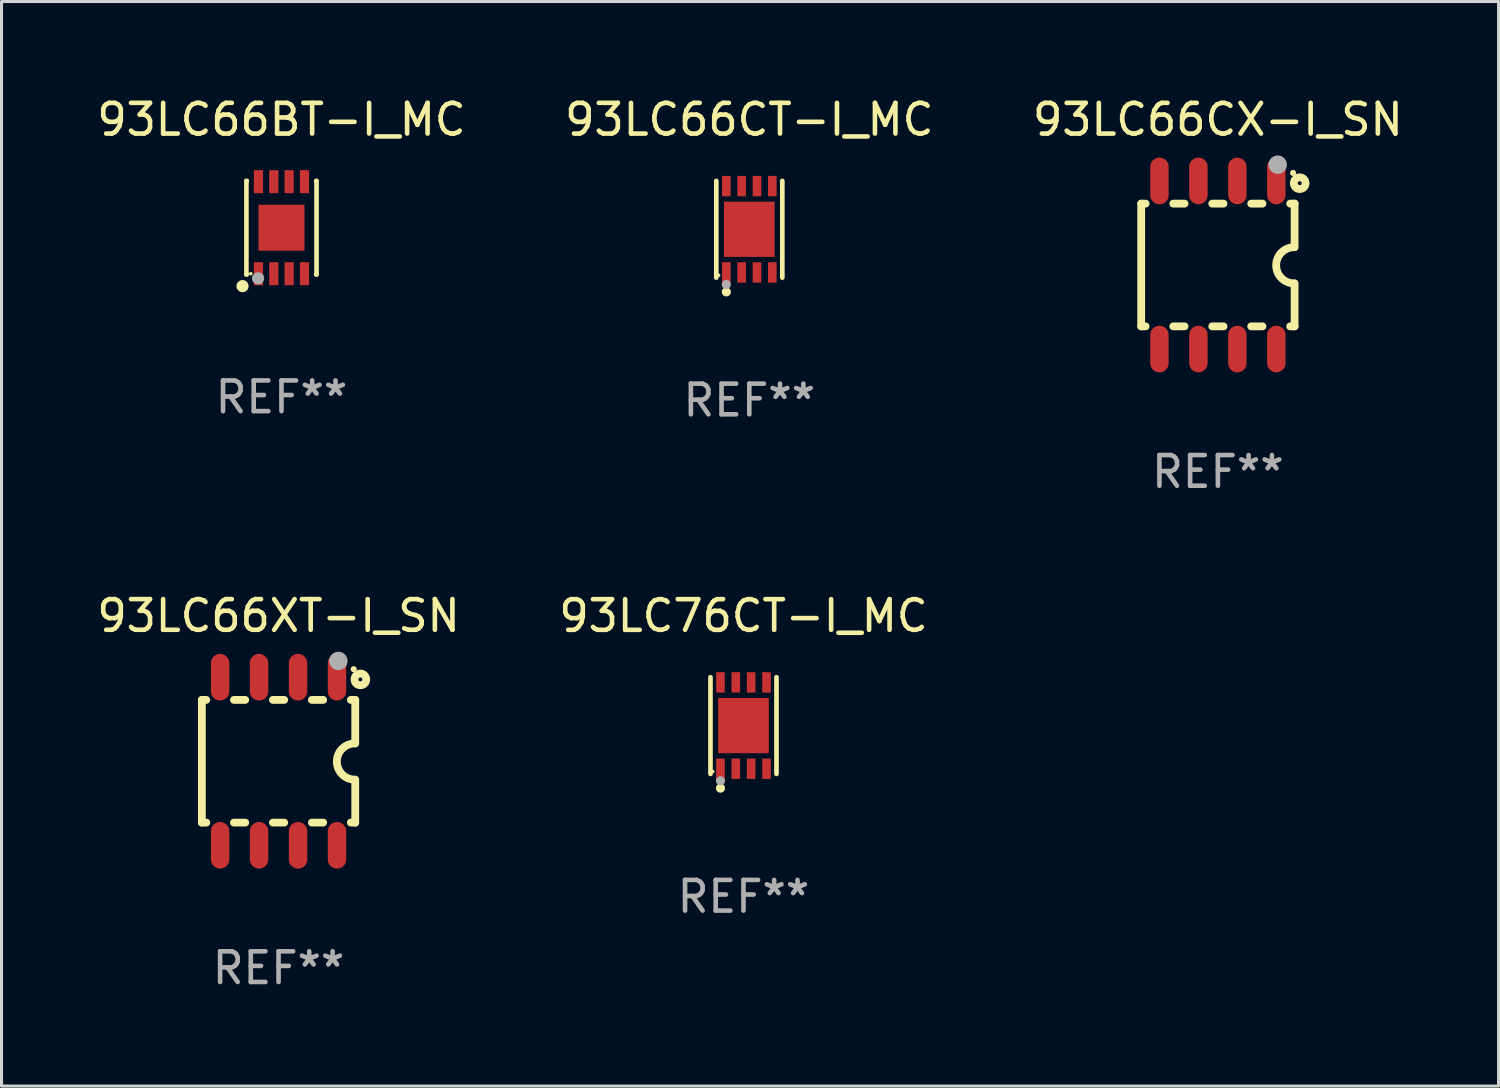
<source format=kicad_pcb>
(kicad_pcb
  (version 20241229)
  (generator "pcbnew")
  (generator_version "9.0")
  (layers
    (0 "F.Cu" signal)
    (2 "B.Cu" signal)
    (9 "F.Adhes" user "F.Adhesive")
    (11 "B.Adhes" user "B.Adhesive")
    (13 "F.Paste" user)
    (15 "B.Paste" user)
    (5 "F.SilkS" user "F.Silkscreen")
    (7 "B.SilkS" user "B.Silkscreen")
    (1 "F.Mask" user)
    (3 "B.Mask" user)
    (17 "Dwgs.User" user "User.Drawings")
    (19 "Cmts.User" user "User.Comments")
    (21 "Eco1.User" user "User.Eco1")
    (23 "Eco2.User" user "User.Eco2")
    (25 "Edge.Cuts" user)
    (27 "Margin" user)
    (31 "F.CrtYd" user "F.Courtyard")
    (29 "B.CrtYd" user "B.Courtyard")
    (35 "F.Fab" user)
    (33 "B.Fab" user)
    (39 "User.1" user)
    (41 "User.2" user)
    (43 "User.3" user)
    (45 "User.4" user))
  (footprint "93LC66XT-I_SN"
    (layer "F.Cu")
    (at 6.03 21.764)
    (property "Reference" "93LC66XT-I_SN" (at 0 -4.74 0) (layer "F.SilkS") (effects (font (size 1 1) (thickness 0.15))))
    (attr through_hole)
    (fp_line (start -2.5 2) (end -2.5 -2) (stroke (width 0.254) (type solid)) (layer "F.SilkS"))
    (fp_line (start -2.356 -2) (end -2.5 -2) (stroke (width 0.254) (type solid)) (layer "F.SilkS"))
    (fp_line (start -2.356 2) (end -2.5 2) (stroke (width 0.254) (type solid)) (layer "F.SilkS"))
    (fp_line (start -1.086 -2) (end -1.454 -2) (stroke (width 0.254) (type solid)) (layer "F.SilkS"))
    (fp_line (start -1.086 2) (end -1.454 2) (stroke (width 0.254) (type solid)) (layer "F.SilkS"))
    (fp_line (start 0.184 -2) (end -0.184 -2) (stroke (width 0.254) (type solid)) (layer "F.SilkS"))
    (fp_line (start 0.184 2) (end -0.184 2) (stroke (width 0.254) (type solid)) (layer "F.SilkS"))
    (fp_line (start 1.454 -2) (end 1.086 -2) (stroke (width 0.254) (type solid)) (layer "F.SilkS"))
    (fp_line (start 1.454 2) (end 1.086 2) (stroke (width 0.254) (type solid)) (layer "F.SilkS"))
    (fp_line (start 2.5 -2) (end 2.356 -2) (stroke (width 0.254) (type solid)) (layer "F.SilkS"))
    (fp_line (start 2.5 -0.58) (end 2.5 -2) (stroke (width 0.254) (type solid)) (layer "F.SilkS"))
    (fp_line (start 2.5 2) (end 2.356 2) (stroke (width 0.254) (type solid)) (layer "F.SilkS"))
    (fp_line (start 2.5 2) (end 2.5 0.6) (stroke (width 0.254) (type solid)) (layer "F.SilkS"))
    (fp_arc (start 2.489992 0.600051) (mid 1.901674 0.010046) (end 2.489992 -0.579959) (stroke (width 0.254001) (type solid)) (layer "F.SilkS"))
    (fp_circle (center 2.45 -3) (end 2.5 -3) (stroke (width 0.1) (type solid)) (fill no) (layer "F.SilkS"))
    (fp_circle (center 2.667 -2.667) (end 2.858 -2.667) (stroke (width 0.254) (type solid)) (fill no) (layer "F.SilkS"))
    (fp_circle (center 1.95 -3.27) (end 2.1 -3.27) (stroke (width 0.3) (type solid)) (fill no) (layer "F.Fab"))
    (fp_text user "REF**" (at 0 6.74 0) (layer "F.Fab") (effects (font (size 1 1) (thickness 0.15))))
    (pad "1" smd oval (at 1.905 -2.74) (size 0.6 1.52) (layers "F.Cu" "F.Mask" "F.Paste"))
    (pad "2" smd oval (at 0.635 -2.74) (size 0.6 1.52) (layers "F.Cu" "F.Mask" "F.Paste"))
    (pad "3" smd oval (at -0.635 -2.74) (size 0.6 1.52) (layers "F.Cu" "F.Mask" "F.Paste"))
    (pad "4" smd oval (at -1.905 -2.74) (size 0.6 1.52) (layers "F.Cu" "F.Mask" "F.Paste"))
    (pad "5" smd oval (at -1.905 2.74) (size 0.6 1.52) (layers "F.Cu" "F.Mask" "F.Paste"))
    (pad "6" smd oval (at -0.635 2.74) (size 0.6 1.52) (layers "F.Cu" "F.Mask" "F.Paste"))
    (pad "7" smd oval (at 0.635 2.74) (size 0.6 1.52) (layers "F.Cu" "F.Mask" "F.Paste"))
    (pad "8" smd oval (at 1.905 2.74) (size 0.6 1.52) (layers "F.Cu" "F.Mask" "F.Paste")))
  (footprint "93LC66CX-I_SN"
    (layer "F.Cu")
    (at 36.649 5.588)
    (property "Reference" "93LC66CX-I_SN" (at 0 -4.74 0) (layer "F.SilkS") (effects (font (size 1 1) (thickness 0.15))))
    (attr through_hole)
    (fp_line (start -2.5 2) (end -2.5 -2) (stroke (width 0.254) (type solid)) (layer "F.SilkS"))
    (fp_line (start -2.356 -2) (end -2.5 -2) (stroke (width 0.254) (type solid)) (layer "F.SilkS"))
    (fp_line (start -2.356 2) (end -2.5 2) (stroke (width 0.254) (type solid)) (layer "F.SilkS"))
    (fp_line (start -1.086 -2) (end -1.454 -2) (stroke (width 0.254) (type solid)) (layer "F.SilkS"))
    (fp_line (start -1.086 2) (end -1.454 2) (stroke (width 0.254) (type solid)) (layer "F.SilkS"))
    (fp_line (start 0.184 -2) (end -0.184 -2) (stroke (width 0.254) (type solid)) (layer "F.SilkS"))
    (fp_line (start 0.184 2) (end -0.184 2) (stroke (width 0.254) (type solid)) (layer "F.SilkS"))
    (fp_line (start 1.454 -2) (end 1.086 -2) (stroke (width 0.254) (type solid)) (layer "F.SilkS"))
    (fp_line (start 1.454 2) (end 1.086 2) (stroke (width 0.254) (type solid)) (layer "F.SilkS"))
    (fp_line (start 2.5 -2) (end 2.356 -2) (stroke (width 0.254) (type solid)) (layer "F.SilkS"))
    (fp_line (start 2.5 -0.58) (end 2.5 -2) (stroke (width 0.254) (type solid)) (layer "F.SilkS"))
    (fp_line (start 2.5 2) (end 2.356 2) (stroke (width 0.254) (type solid)) (layer "F.SilkS"))
    (fp_line (start 2.5 2) (end 2.5 0.6) (stroke (width 0.254) (type solid)) (layer "F.SilkS"))
    (fp_arc (start 2.489992 0.600051) (mid 1.901674 0.010046) (end 2.489992 -0.579959) (stroke (width 0.254001) (type solid)) (layer "F.SilkS"))
    (fp_circle (center 2.45 -3) (end 2.5 -3) (stroke (width 0.1) (type solid)) (fill no) (layer "F.SilkS"))
    (fp_circle (center 2.667 -2.667) (end 2.858 -2.667) (stroke (width 0.254) (type solid)) (fill no) (layer "F.SilkS"))
    (fp_circle (center 1.95 -3.27) (end 2.1 -3.27) (stroke (width 0.3) (type solid)) (fill no) (layer "F.Fab"))
    (fp_text user "REF**" (at 0 6.74 0) (layer "F.Fab") (effects (font (size 1 1) (thickness 0.15))))
    (pad "1" smd oval (at 1.905 -2.74) (size 0.6 1.52) (layers "F.Cu" "F.Mask" "F.Paste"))
    (pad "2" smd oval (at 0.635 -2.74) (size 0.6 1.52) (layers "F.Cu" "F.Mask" "F.Paste"))
    (pad "3" smd oval (at -0.635 -2.74) (size 0.6 1.52) (layers "F.Cu" "F.Mask" "F.Paste"))
    (pad "4" smd oval (at -1.905 -2.74) (size 0.6 1.52) (layers "F.Cu" "F.Mask" "F.Paste"))
    (pad "5" smd oval (at -1.905 2.74) (size 0.6 1.52) (layers "F.Cu" "F.Mask" "F.Paste"))
    (pad "6" smd oval (at -0.635 2.74) (size 0.6 1.52) (layers "F.Cu" "F.Mask" "F.Paste"))
    (pad "7" smd oval (at 0.635 2.74) (size 0.6 1.52) (layers "F.Cu" "F.Mask" "F.Paste"))
    (pad "8" smd oval (at 1.905 2.74) (size 0.6 1.52) (layers "F.Cu" "F.Mask" "F.Paste")))
  (footprint "93LC66CT-I_MC"
    (layer "F.Cu")
    (at 21.375 4.424)
    (property "Reference" "93LC66CT-I_MC" (at 0 -3.576 0) (layer "F.SilkS") (effects (font (size 1 1) (thickness 0.15))))
    (attr through_hole)
    (fp_line (start -1.076 1.576) (end -1.076 -1.576) (stroke (width 0.152) (type solid)) (layer "F.SilkS"))
    (fp_line (start 1.076 1.576) (end 1.076 -1.576) (stroke (width 0.152) (type solid)) (layer "F.SilkS"))
    (fp_circle (center -1 1.5) (end -0.97 1.5) (stroke (width 0.06) (type solid)) (fill no) (layer "F.SilkS"))
    (fp_circle (center -0.75 2.04) (end -0.675 2.04) (stroke (width 0.15) (type solid)) (fill no) (layer "F.SilkS"))
    (fp_circle (center -0.75 1.8) (end -0.675 1.8) (stroke (width 0.15) (type solid)) (fill no) (layer "F.Fab"))
    (fp_text user "REF**" (at 0 5.576 0) (layer "F.Fab") (effects (font (size 1 1) (thickness 0.15))))
    (pad "1" smd rect (at -0.75 1.407) (size 0.28 0.665) (layers "F.Cu" "F.Mask" "F.Paste"))
    (pad "2" smd rect (at -0.25 1.407) (size 0.28 0.665) (layers "F.Cu" "F.Mask" "F.Paste"))
    (pad "3" smd rect (at 0.25 1.407) (size 0.28 0.665) (layers "F.Cu" "F.Mask" "F.Paste"))
    (pad "4" smd rect (at 0.75 1.407) (size 0.28 0.665) (layers "F.Cu" "F.Mask" "F.Paste"))
    (pad "5" smd rect (at 0.75 -1.407) (size 0.28 0.665) (layers "F.Cu" "F.Mask" "F.Paste"))
    (pad "6" smd rect (at 0.25 -1.407) (size 0.28 0.665) (layers "F.Cu" "F.Mask" "F.Paste"))
    (pad "7" smd rect (at -0.25 -1.407) (size 0.28 0.665) (layers "F.Cu" "F.Mask" "F.Paste"))
    (pad "8" smd rect (at -0.75 -1.407) (size 0.28 0.665) (layers "F.Cu" "F.Mask" "F.Paste"))
    (pad "9" smd rect (at 0 0) (size 1.65 1.8) (layers "F.Cu" "F.Mask" "F.Paste")))
  (footprint "93LC76CT-I_MC"
    (layer "F.Cu")
    (at 21.185 20.601)
    (property "Reference" "93LC76CT-I_MC" (at 0 -3.576 0) (layer "F.SilkS") (effects (font (size 1 1) (thickness 0.15))))
    (attr through_hole)
    (fp_line (start -1.076 1.576) (end -1.076 -1.576) (stroke (width 0.152) (type solid)) (layer "F.SilkS"))
    (fp_line (start 1.076 1.576) (end 1.076 -1.576) (stroke (width 0.152) (type solid)) (layer "F.SilkS"))
    (fp_circle (center -1 1.5) (end -0.97 1.5) (stroke (width 0.06) (type solid)) (fill no) (layer "F.SilkS"))
    (fp_circle (center -0.75 2.04) (end -0.675 2.04) (stroke (width 0.15) (type solid)) (fill no) (layer "F.SilkS"))
    (fp_circle (center -0.75 1.8) (end -0.675 1.8) (stroke (width 0.15) (type solid)) (fill no) (layer "F.Fab"))
    (fp_text user "REF**" (at 0 5.576 0) (layer "F.Fab") (effects (font (size 1 1) (thickness 0.15))))
    (pad "1" smd rect (at -0.75 1.407) (size 0.28 0.665) (layers "F.Cu" "F.Mask" "F.Paste"))
    (pad "2" smd rect (at -0.25 1.407) (size 0.28 0.665) (layers "F.Cu" "F.Mask" "F.Paste"))
    (pad "3" smd rect (at 0.25 1.407) (size 0.28 0.665) (layers "F.Cu" "F.Mask" "F.Paste"))
    (pad "4" smd rect (at 0.75 1.407) (size 0.28 0.665) (layers "F.Cu" "F.Mask" "F.Paste"))
    (pad "5" smd rect (at 0.75 -1.407) (size 0.28 0.665) (layers "F.Cu" "F.Mask" "F.Paste"))
    (pad "6" smd rect (at 0.25 -1.407) (size 0.28 0.665) (layers "F.Cu" "F.Mask" "F.Paste"))
    (pad "7" smd rect (at -0.25 -1.407) (size 0.28 0.665) (layers "F.Cu" "F.Mask" "F.Paste"))
    (pad "8" smd rect (at -0.75 -1.407) (size 0.28 0.665) (layers "F.Cu" "F.Mask" "F.Paste"))
    (pad "9" smd rect (at 0 0) (size 1.65 1.8) (layers "F.Cu" "F.Mask" "F.Paste")))
  (footprint "93LC66BT-I_MC"
    (layer "F.Cu")
    (at 6.125 4.372)
    (property "Reference" "93LC66BT-I_MC" (at 0 -3.524 0) (layer "F.SilkS") (effects (font (size 1 1) (thickness 0.15))))
    (attr through_hole)
    (fp_line (start -1.143 -1.524) (end -1.143 1.524) (stroke (width 0.15) (type solid)) (layer "F.SilkS"))
    (fp_line (start -1.143 1.524) (end -1.129 1.524) (stroke (width 0.15) (type solid)) (layer "F.SilkS"))
    (fp_line (start -1.129 -1.524) (end -1.143 -1.524) (stroke (width 0.15) (type solid)) (layer "F.SilkS"))
    (fp_line (start 1.129 1.524) (end 1.143 1.524) (stroke (width 0.15) (type solid)) (layer "F.SilkS"))
    (fp_line (start 1.143 -1.524) (end 1.129 -1.524) (stroke (width 0.15) (type solid)) (layer "F.SilkS"))
    (fp_line (start 1.143 1.524) (end 1.143 -1.524) (stroke (width 0.15) (type solid)) (layer "F.SilkS"))
    (fp_circle (center -1.27 1.905) (end -1.17 1.905) (stroke (width 0.2) (type solid)) (fill no) (layer "F.SilkS"))
    (fp_circle (center -1 1.5) (end -0.97 1.5) (stroke (width 0.06) (type solid)) (fill no) (layer "F.SilkS"))
    (fp_circle (center -0.762 1.651) (end -0.662 1.651) (stroke (width 0.2) (type solid)) (fill no) (layer "F.Fab"))
    (fp_text user "REF**" (at 0 5.524 0) (layer "F.Fab") (effects (font (size 1 1) (thickness 0.15))))
    (pad "1" smd rect (at -0.75 1.5 90) (size 0.75 0.3) (layers "F.Cu" "F.Mask" "F.Paste"))
    (pad "2" smd rect (at -0.25 1.5 90) (size 0.75 0.3) (layers "F.Cu" "F.Mask" "F.Paste"))
    (pad "3" smd rect (at 0.25 1.5 90) (size 0.75 0.3) (layers "F.Cu" "F.Mask" "F.Paste"))
    (pad "4" smd rect (at 0.75 1.5 90) (size 0.75 0.3) (layers "F.Cu" "F.Mask" "F.Paste"))
    (pad "5" smd rect (at 0.75 -1.5 90) (size 0.75 0.3) (layers "F.Cu" "F.Mask" "F.Paste"))
    (pad "6" smd rect (at 0.25 -1.5 90) (size 0.75 0.3) (layers "F.Cu" "F.Mask" "F.Paste"))
    (pad "7" smd rect (at -0.25 -1.5 90) (size 0.75 0.3) (layers "F.Cu" "F.Mask" "F.Paste"))
    (pad "8" smd rect (at -0.75 -1.5 90) (size 0.75 0.3) (layers "F.Cu" "F.Mask" "F.Paste"))
    (pad "9" smd rect (at -0.000254 0.001 90) (size 1.5 1.5) (layers "F.Cu" "F.Mask" "F.Paste")))
  (gr_rect
    (start -3 -3)
    (end 45.798 32.353)
    (stroke (width 0.1) (type default))
    (fill no)
    (layer "Edge.Cuts")))
</source>
